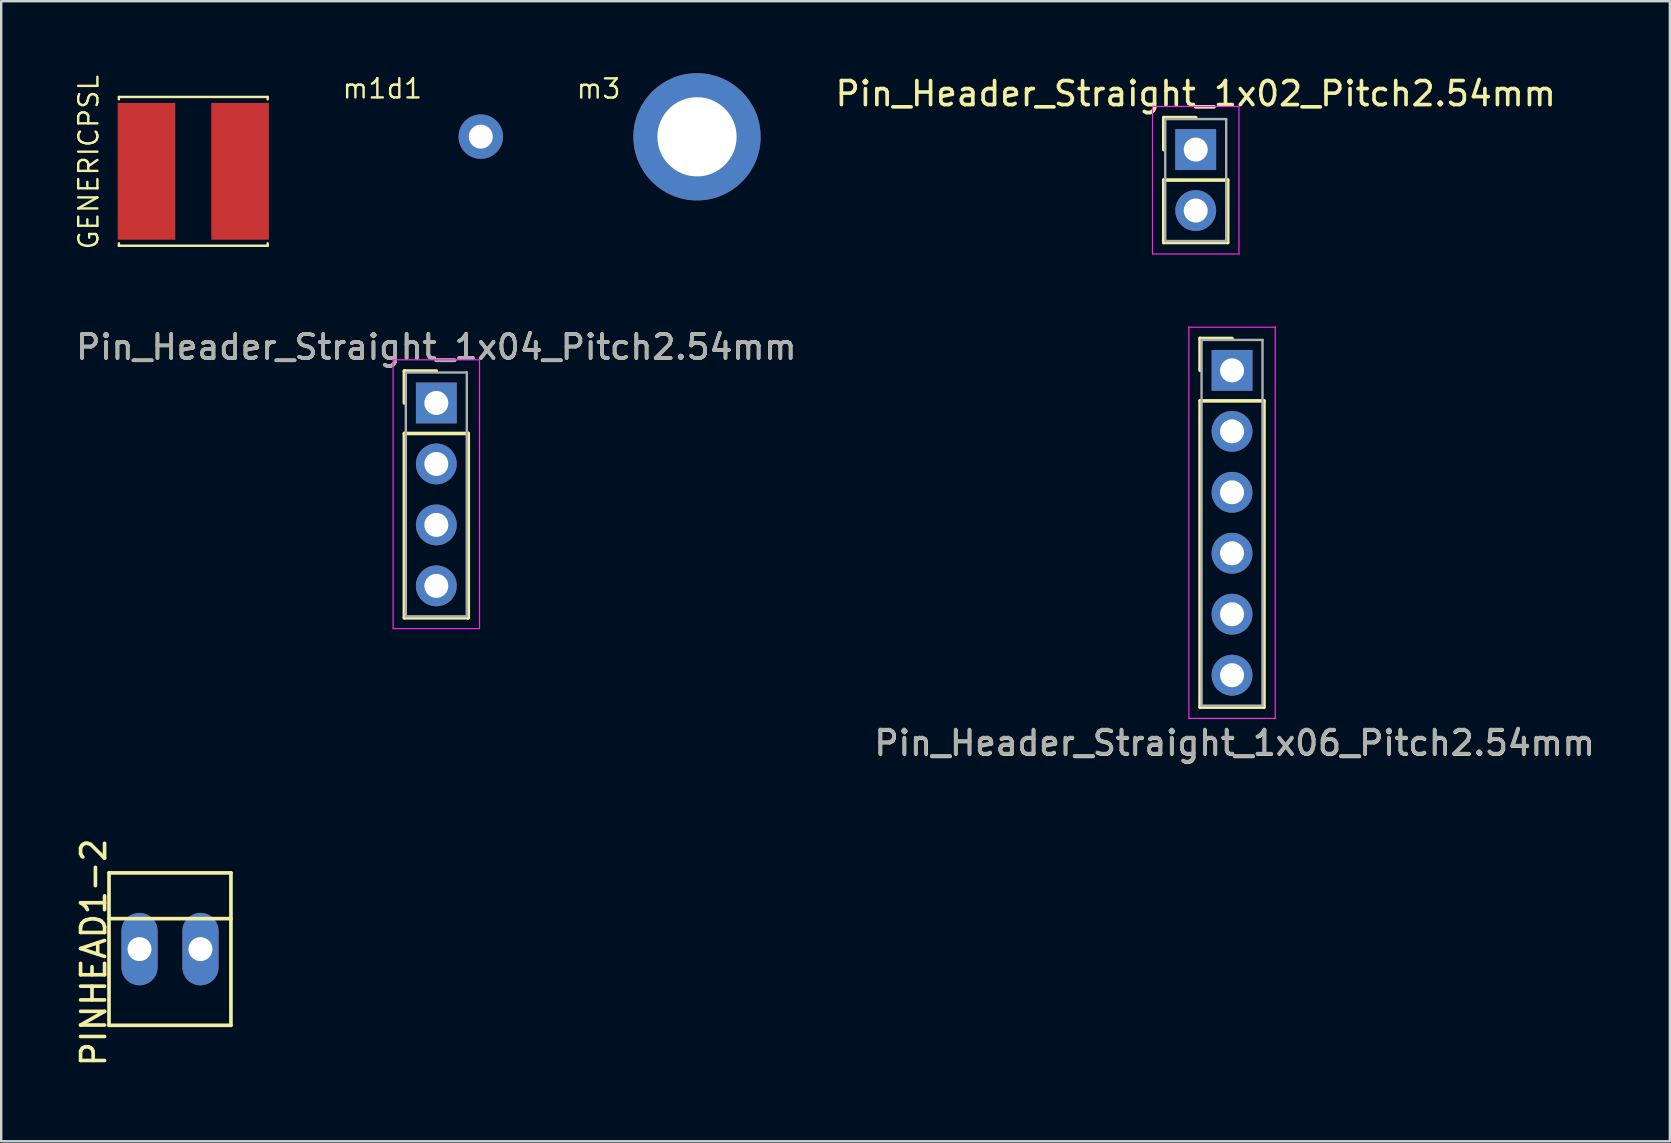
<source format=kicad_pcb>
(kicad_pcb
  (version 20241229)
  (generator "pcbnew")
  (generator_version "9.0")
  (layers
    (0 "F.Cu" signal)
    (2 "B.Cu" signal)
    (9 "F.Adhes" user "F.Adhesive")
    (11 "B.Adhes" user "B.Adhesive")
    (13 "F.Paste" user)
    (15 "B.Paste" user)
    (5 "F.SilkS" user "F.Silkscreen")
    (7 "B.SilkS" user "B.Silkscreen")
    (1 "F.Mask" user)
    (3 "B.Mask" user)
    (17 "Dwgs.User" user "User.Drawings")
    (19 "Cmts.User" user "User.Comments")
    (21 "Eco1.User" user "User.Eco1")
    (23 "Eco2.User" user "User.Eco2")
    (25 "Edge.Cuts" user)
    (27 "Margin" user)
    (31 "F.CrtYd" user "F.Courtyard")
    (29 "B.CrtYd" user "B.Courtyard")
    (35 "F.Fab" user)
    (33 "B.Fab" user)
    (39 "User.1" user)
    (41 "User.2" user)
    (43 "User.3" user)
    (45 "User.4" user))
  (footprint "GENERICPSL"
    (layer "F.Cu")
    (at 5.003 4.088)
    (property "Reference" "GENERICPSL" (at -4.36 -0.38 90) (layer "F.SilkS") (effects (font (size 0.8 0.8) (thickness 0.1))))
    (attr through_hole)
    (fp_line (start -3.1 -3.1) (end 3.1 -3.1) (stroke (width 0.1) (type solid)) (layer "F.SilkS"))
    (fp_line (start -3.1 -3) (end -3.1 -3.1) (stroke (width 0.1) (type solid)) (layer "F.SilkS"))
    (fp_line (start -3.1 3) (end -3.1 3.1) (stroke (width 0.1) (type solid)) (layer "F.SilkS"))
    (fp_line (start -3.1 3.1) (end 3.1 3.1) (stroke (width 0.1) (type solid)) (layer "F.SilkS"))
    (fp_line (start 3.1 -3.1) (end 3.1 -3) (stroke (width 0.1) (type solid)) (layer "F.SilkS"))
    (fp_line (start 3.1 3.1) (end 3.1 3) (stroke (width 0.1) (type solid)) (layer "F.SilkS"))
    (pad "1" smd rect (at -1.95 0) (size 2.4 5.7) (layers "F.Cu" "F.Mask" "F.Paste"))
    (pad "2" smd rect (at 1.95 0) (size 2.4 5.7) (layers "F.Cu" "F.Mask" "F.Paste")))
  (footprint "m1d1"
    (layer "F.Cu")
    (at 16.981 2.643)
    (property "Reference" "m1d1" (at -4.1 -2 0) (layer "F.SilkS") (effects (font (size 0.8 0.8) (thickness 0.1))))
    (attr through_hole)
    (pad "1" thru_hole circle (at 0 0) (size 1.85 1.85) (drill 1) (layers "*.Cu" "*.Mask")))
  (footprint "Pin_Header_Straight_1x06_Pitch2.54mm"
    (layer "F.Cu")
    (at 48.282 12.382)
    (property "Reference" "Pin_Header_Straight_1x06_Pitch2.54mm" (at 0.114 15.532 0) (layer "F.SilkS") (effects (font (size 1 1) (thickness 0.152))))
    (attr through_hole)
    (fp_line (start -1.33 -1.33) (end 0 -1.33) (stroke (width 0.152) (type solid)) (layer "F.SilkS"))
    (fp_line (start -1.33 0) (end -1.33 -1.33) (stroke (width 0.152) (type solid)) (layer "F.SilkS"))
    (fp_line (start -1.33 1.27) (end -1.33 14.03) (stroke (width 0.152) (type solid)) (layer "F.SilkS"))
    (fp_line (start -1.33 14.03) (end 1.33 14.03) (stroke (width 0.152) (type solid)) (layer "F.SilkS"))
    (fp_line (start 1.33 1.27) (end -1.33 1.27) (stroke (width 0.152) (type solid)) (layer "F.SilkS"))
    (fp_line (start 1.33 14.03) (end 1.33 1.27) (stroke (width 0.152) (type solid)) (layer "F.SilkS"))
    (fp_line (start -1.8 -1.8) (end -1.8 14.5) (stroke (width 0.05) (type solid)) (layer "F.CrtYd"))
    (fp_line (start -1.8 14.5) (end 1.8 14.5) (stroke (width 0.05) (type solid)) (layer "F.CrtYd"))
    (fp_line (start 1.8 -1.8) (end -1.8 -1.8) (stroke (width 0.05) (type solid)) (layer "F.CrtYd"))
    (fp_line (start 1.8 14.5) (end 1.8 -1.8) (stroke (width 0.05) (type solid)) (layer "F.CrtYd"))
    (fp_line (start -1.27 -1.27) (end -1.27 13.97) (stroke (width 0.1) (type solid)) (layer "F.Fab"))
    (fp_line (start -1.27 13.97) (end 1.27 13.97) (stroke (width 0.1) (type solid)) (layer "F.Fab"))
    (fp_line (start 1.27 -1.27) (end -1.27 -1.27) (stroke (width 0.1) (type solid)) (layer "F.Fab"))
    (fp_line (start 1.27 13.97) (end 1.27 -1.27) (stroke (width 0.1) (type solid)) (layer "F.Fab"))
    (fp_text user "${REFERENCE}" (at 0.104 15.512 0) (layer "F.Fab") (effects (font (size 1 1) (thickness 0.152))))
    (pad "1" thru_hole rect (at 0 0) (size 1.7 1.7) (drill 1) (layers "*.Cu" "*.Mask"))
    (pad "2" thru_hole oval (at 0 2.54) (size 1.7 1.7) (drill 1) (layers "*.Cu" "*.Mask"))
    (pad "3" thru_hole oval (at 0 5.08) (size 1.7 1.7) (drill 1) (layers "*.Cu" "*.Mask"))
    (pad "4" thru_hole oval (at 0 7.62) (size 1.7 1.7) (drill 1) (layers "*.Cu" "*.Mask"))
    (pad "5" thru_hole oval (at 0 10.16) (size 1.7 1.7) (drill 1) (layers "*.Cu" "*.Mask"))
    (pad "6" thru_hole oval (at 0 12.7) (size 1.7 1.7) (drill 1) (layers "*.Cu" "*.Mask")))
  (footprint "Pin_Header_Straight_1x04_Pitch2.54mm"
    (layer "F.Cu")
    (at 15.129 13.74)
    (property "Reference" "Pin_Header_Straight_1x04_Pitch2.54mm" (at 0 -2.33 0) (layer "F.SilkS") (effects (font (size 1 1) (thickness 0.152))))
    (attr through_hole)
    (fp_line (start -1.33 -1.33) (end 0 -1.33) (stroke (width 0.152) (type solid)) (layer "F.SilkS"))
    (fp_line (start -1.33 0) (end -1.33 -1.33) (stroke (width 0.152) (type solid)) (layer "F.SilkS"))
    (fp_line (start -1.33 1.27) (end -1.33 8.95) (stroke (width 0.152) (type solid)) (layer "F.SilkS"))
    (fp_line (start -1.33 8.95) (end 1.33 8.95) (stroke (width 0.152) (type solid)) (layer "F.SilkS"))
    (fp_line (start 1.33 1.27) (end -1.33 1.27) (stroke (width 0.152) (type solid)) (layer "F.SilkS"))
    (fp_line (start 1.33 8.95) (end 1.33 1.27) (stroke (width 0.152) (type solid)) (layer "F.SilkS"))
    (fp_line (start -1.8 -1.8) (end -1.8 9.4) (stroke (width 0.05) (type solid)) (layer "F.CrtYd"))
    (fp_line (start -1.8 9.4) (end 1.8 9.4) (stroke (width 0.05) (type solid)) (layer "F.CrtYd"))
    (fp_line (start 1.8 -1.8) (end -1.8 -1.8) (stroke (width 0.05) (type solid)) (layer "F.CrtYd"))
    (fp_line (start 1.8 9.4) (end 1.8 -1.8) (stroke (width 0.05) (type solid)) (layer "F.CrtYd"))
    (fp_line (start -1.27 -1.27) (end -1.27 8.89) (stroke (width 0.1) (type solid)) (layer "F.Fab"))
    (fp_line (start -1.27 8.89) (end 1.27 8.89) (stroke (width 0.1) (type solid)) (layer "F.Fab"))
    (fp_line (start 1.27 -1.27) (end -1.27 -1.27) (stroke (width 0.1) (type solid)) (layer "F.Fab"))
    (fp_line (start 1.27 8.89) (end 1.27 -1.27) (stroke (width 0.1) (type solid)) (layer "F.Fab"))
    (fp_text user "${REFERENCE}" (at 0 -2.33 0) (layer "F.Fab") (effects (font (size 1 1) (thickness 0.152))))
    (pad "1" thru_hole rect (at 0 0) (size 1.7 1.7) (drill 1) (layers "*.Cu" "*.Mask"))
    (pad "2" thru_hole oval (at 0 2.54) (size 1.7 1.7) (drill 1) (layers "*.Cu" "*.Mask"))
    (pad "3" thru_hole oval (at 0 5.08) (size 1.7 1.7) (drill 1) (layers "*.Cu" "*.Mask"))
    (pad "4" thru_hole oval (at 0 7.62) (size 1.7 1.7) (drill 1) (layers "*.Cu" "*.Mask")))
  (footprint "Pin_Header_Straight_1x02_Pitch2.54mm"
    (layer "F.Cu")
    (at 46.769 3.182)
    (property "Reference" "Pin_Header_Straight_1x02_Pitch2.54mm" (at 0 -2.33 0) (layer "F.SilkS") (effects (font (size 1 1) (thickness 0.152))))
    (attr through_hole)
    (fp_line (start -1.33 -1.33) (end 0 -1.33) (stroke (width 0.152) (type solid)) (layer "F.SilkS"))
    (fp_line (start -1.33 0) (end -1.33 -1.33) (stroke (width 0.152) (type solid)) (layer "F.SilkS"))
    (fp_line (start -1.33 1.27) (end -1.33 3.87) (stroke (width 0.152) (type solid)) (layer "F.SilkS"))
    (fp_line (start -1.33 3.87) (end 1.33 3.87) (stroke (width 0.152) (type solid)) (layer "F.SilkS"))
    (fp_line (start 1.33 1.27) (end -1.33 1.27) (stroke (width 0.152) (type solid)) (layer "F.SilkS"))
    (fp_line (start 1.33 3.87) (end 1.33 1.27) (stroke (width 0.152) (type solid)) (layer "F.SilkS"))
    (fp_line (start -1.8 -1.8) (end -1.8 4.35) (stroke (width 0.05) (type solid)) (layer "F.CrtYd"))
    (fp_line (start -1.8 4.35) (end 1.8 4.35) (stroke (width 0.05) (type solid)) (layer "F.CrtYd"))
    (fp_line (start 1.8 -1.8) (end -1.8 -1.8) (stroke (width 0.05) (type solid)) (layer "F.CrtYd"))
    (fp_line (start 1.8 4.35) (end 1.8 -1.8) (stroke (width 0.05) (type solid)) (layer "F.CrtYd"))
    (fp_line (start -1.27 -1.27) (end -1.27 3.81) (stroke (width 0.1) (type solid)) (layer "F.Fab"))
    (fp_line (start -1.27 3.81) (end 1.27 3.81) (stroke (width 0.1) (type solid)) (layer "F.Fab"))
    (fp_line (start 1.27 -1.27) (end -1.27 -1.27) (stroke (width 0.1) (type solid)) (layer "F.Fab"))
    (fp_line (start 1.27 3.81) (end 1.27 -1.27) (stroke (width 0.1) (type solid)) (layer "F.Fab"))
    (pad "1" thru_hole rect (at 0 0) (size 1.7 1.7) (drill 1) (layers "*.Cu" "*.Mask"))
    (pad "2" thru_hole oval (at 0 2.54) (size 1.7 1.7) (drill 1) (layers "*.Cu" "*.Mask")))
  (footprint "m3"
    (layer "F.Cu")
    (at 25.99 2.65)
    (property "Reference" "m3" (at -4.1 -2 0) (layer "F.SilkS") (effects (font (size 0.8 0.8) (thickness 0.1))))
    (attr through_hole)
    (pad "1" thru_hole circle (at 0 0) (size 5.3 5.3) (drill 3.3) (layers "*.Cu" "*.Mask")))
  (footprint "PINHEAD1-2"
    (layer "F.Cu")
    (at 4.032 36.494)
    (property "Reference" "PINHEAD1-2" (at -3.18 0.14 90) (layer "F.SilkS") (effects (font (size 1 1) (thickness 0.152))))
    (attr exclude_from_pos_files exclude_from_bom)
    (fp_line (start -2.54 -3.175) (end -2.54 3.175) (stroke (width 0.152) (type solid)) (layer "F.SilkS"))
    (fp_line (start -2.54 -3.175) (end 2.54 -3.175) (stroke (width 0.152) (type solid)) (layer "F.SilkS"))
    (fp_line (start 2.54 -3.175) (end 2.54 3.175) (stroke (width 0.152) (type solid)) (layer "F.SilkS"))
    (fp_line (start 2.54 -1.27) (end -2.54 -1.27) (stroke (width 0.152) (type solid)) (layer "F.SilkS"))
    (fp_line (start 2.54 3.175) (end -2.54 3.175) (stroke (width 0.152) (type solid)) (layer "F.SilkS"))
    (pad "1" thru_hole oval (at -1.27 0) (size 1.506 3.015) (drill 0.998) (layers "*.Cu" "*.Mask"))
    (pad "2" thru_hole oval (at 1.27 0) (size 1.506 3.015) (drill 0.998) (layers "*.Cu" "*.Mask")))
  (gr_rect
    (start -3 -3)
    (end 66.524 44.5)
    (stroke (width 0.1) (type default))
    (fill no)
    (layer "Edge.Cuts")))
</source>
